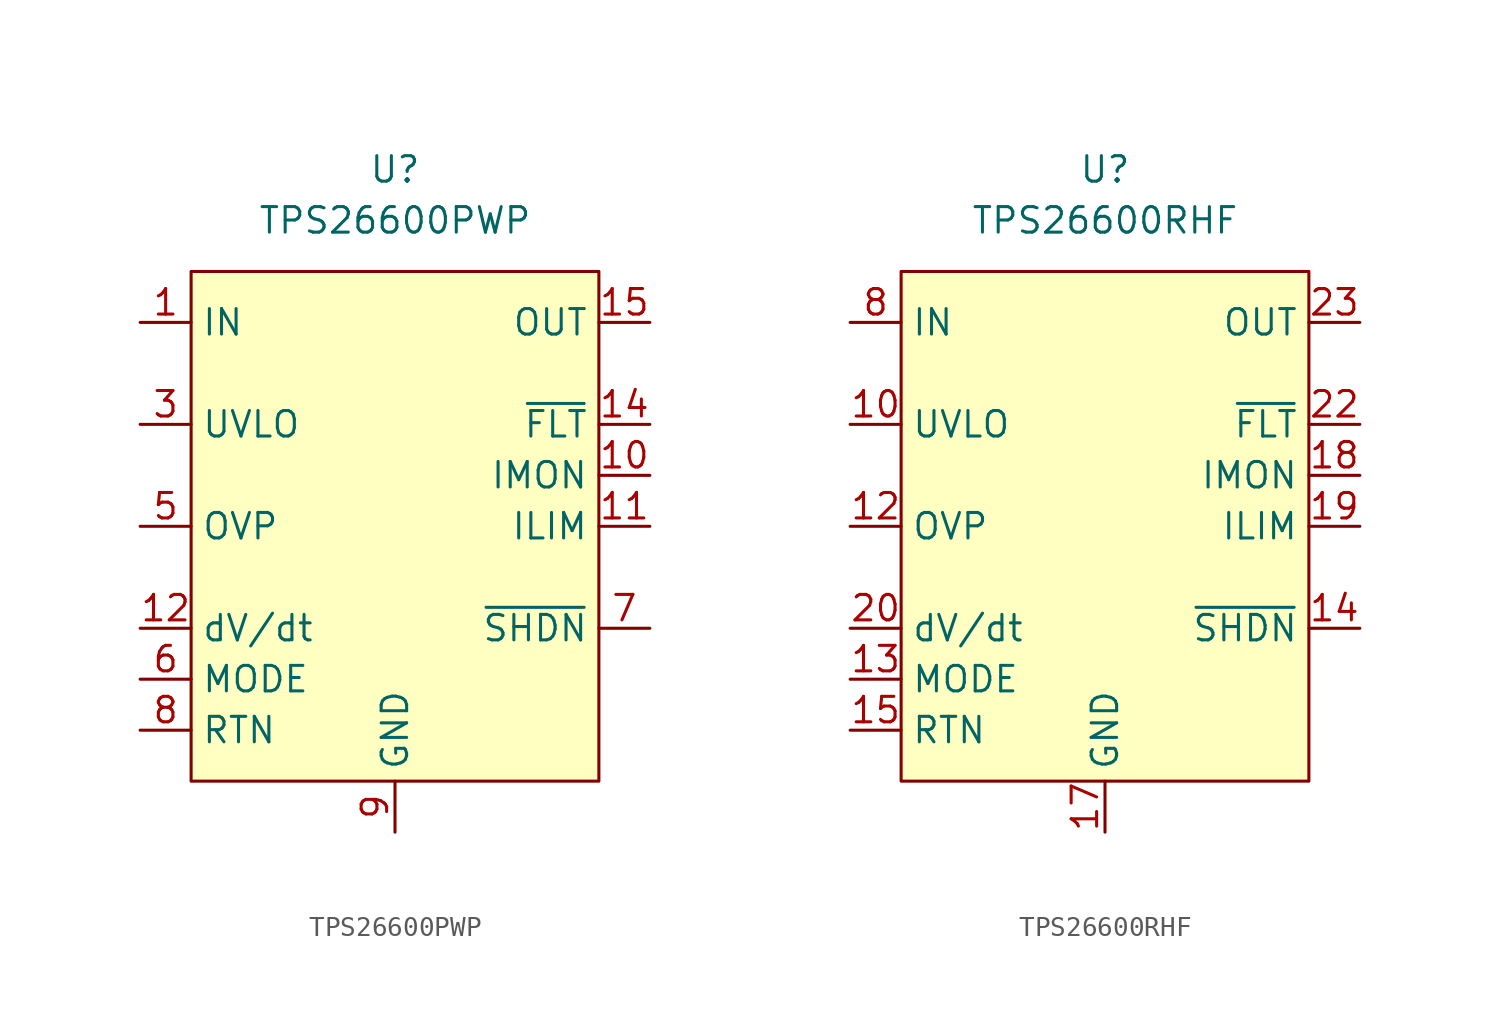
<source format=kicad_sym>
(kicad_symbol_lib
  (version 20220914)
  (generator kicad_symbol_editor)
  (symbol "TPS26600PWP"
    (property "Reference" "U"
      (at 0 17.78 0)
      (effects (font (size 1.27 1.27))))
    (property "Value" "TPS26600PWP"
      (at 0 15.24 0)
      (effects (font (size 1.27 1.27))))
    (symbol "TPS26600PWP_0_0"
      (pin power_in line (at -12.7 10.16 0) (length 2.54) (name "IN" (effects (font (size 1.27 1.27)))) (number "1" (effects (font (size 1.27 1.27)))))
      (pin passive line (at 12.7 2.54 180) (length 2.54) (name "IMON" (effects (font (size 1.27 1.27)))) (number "10" (effects (font (size 1.27 1.27)))))
      (pin passive line (at 12.7 0 180) (length 2.54) (name "ILIM" (effects (font (size 1.27 1.27)))) (number "11" (effects (font (size 1.27 1.27)))))
      (pin passive line (at -12.7 -5.08 0) (length 2.54) (name "dV/dt" (effects (font (size 1.27 1.27)))) (number "12" (effects (font (size 1.27 1.27)))))
      (pin no_connect line (at 5.08 -12.7 90) (length 2.54) hide (name "NC" (effects (font (size 1.27 1.27)))) (number "13" (effects (font (size 1.27 1.27)))))
      (pin open_collector line (at 12.7 5.08 180) (length 2.54) (name "~{FLT}" (effects (font (size 1.27 1.27)))) (number "14" (effects (font (size 1.27 1.27)))))
      (pin power_out line (at 12.7 10.16 180) (length 2.54) (name "OUT" (effects (font (size 1.27 1.27)))) (number "15" (effects (font (size 1.27 1.27)))))
      (pin input line (at -12.7 5.08 0) (length 2.54) (name "UVLO" (effects (font (size 1.27 1.27)))) (number "3" (effects (font (size 1.27 1.27)))))
      (pin no_connect line (at 2.54 -12.7 90) (length 2.54) hide (name "NC" (effects (font (size 1.27 1.27)))) (number "4" (effects (font (size 1.27 1.27)))))
      (pin input line (at -12.7 0 0) (length 2.54) (name "OVP" (effects (font (size 1.27 1.27)))) (number "5" (effects (font (size 1.27 1.27)))))
      (pin input line (at -12.7 -7.62 0) (length 2.54) (name "MODE" (effects (font (size 1.27 1.27)))) (number "6" (effects (font (size 1.27 1.27)))))
      (pin input line (at 12.7 -5.08 180) (length 2.54) (name "~{SHDN}" (effects (font (size 1.27 1.27)))) (number "7" (effects (font (size 1.27 1.27)))))
      (pin power_in line (at 0 -15.24 90) (length 2.54) (name "GND" (effects (font (size 1.27 1.27)))) (number "9" (effects (font (size 1.27 1.27))))))
    (symbol "TPS26600PWP_1_0"
      (pin passive line (at 12.7 10.16 180) (length 2.54) hide (name "OUT" (effects (font (size 1.27 1.27)))) (number "16" (effects (font (size 1.27 1.27)))))
      (pin passive line (at -12.7 -10.16 0) (length 2.54) hide (name "EP" (effects (font (size 1.27 1.27)))) (number "17" (effects (font (size 1.27 1.27)))))
      (pin passive line (at -12.7 10.16 0) (length 2.54) hide (name "IN" (effects (font (size 1.27 1.27)))) (number "2" (effects (font (size 1.27 1.27)))))
      (pin power_in line (at -12.7 -10.16 0) (length 2.54) (name "RTN" (effects (font (size 1.27 1.27)))) (number "8" (effects (font (size 1.27 1.27))))))
    (symbol "TPS26600PWP_1_1"
      (rectangle (start -10.16 12.7) (end 10.16 -12.7) (stroke (width 0) (type default)) (fill (type background)))))
  (symbol "TPS26600RHF"
    (property "Reference" "U"
      (at 0 17.78 0)
      (effects (font (size 1.27 1.27))))
    (property "Value" "TPS26600RHF"
      (at 0 15.24 0)
      (effects (font (size 1.27 1.27))))
    (symbol "TPS26600RHF_0_0"
      (pin no_connect line (at -10.16 2.54 0) (length 2.54) hide (name "NC" (effects (font (size 1.27 1.27)))) (number "1" (effects (font (size 1.27 1.27)))))
      (pin input line (at -12.7 5.08 0) (length 2.54) (name "UVLO" (effects (font (size 1.27 1.27)))) (number "10" (effects (font (size 1.27 1.27)))))
      (pin no_connect line (at 10.16 -7.62 180) (length 2.54) hide (name "NC" (effects (font (size 1.27 1.27)))) (number "11" (effects (font (size 1.27 1.27)))))
      (pin input line (at -12.7 0 0) (length 2.54) (name "OVP" (effects (font (size 1.27 1.27)))) (number "12" (effects (font (size 1.27 1.27)))))
      (pin input line (at -12.7 -7.62 0) (length 2.54) (name "MODE" (effects (font (size 1.27 1.27)))) (number "13" (effects (font (size 1.27 1.27)))))
      (pin input line (at 12.7 -5.08 180) (length 2.54) (name "~{SHDN}" (effects (font (size 1.27 1.27)))) (number "14" (effects (font (size 1.27 1.27)))))
      (pin no_connect line (at 10.16 -10.16 180) (length 2.54) hide (name "NC" (effects (font (size 1.27 1.27)))) (number "16" (effects (font (size 1.27 1.27)))))
      (pin power_in line (at 0 -15.24 90) (length 2.54) (name "GND" (effects (font (size 1.27 1.27)))) (number "17" (effects (font (size 1.27 1.27)))))
      (pin passive line (at 12.7 2.54 180) (length 2.54) (name "IMON" (effects (font (size 1.27 1.27)))) (number "18" (effects (font (size 1.27 1.27)))))
      (pin passive line (at 12.7 0 180) (length 2.54) (name "ILIM" (effects (font (size 1.27 1.27)))) (number "19" (effects (font (size 1.27 1.27)))))
      (pin no_connect line (at -10.16 0 0) (length 2.54) hide (name "NC" (effects (font (size 1.27 1.27)))) (number "2" (effects (font (size 1.27 1.27)))))
      (pin passive line (at -12.7 -5.08 0) (length 2.54) (name "dV/dt" (effects (font (size 1.27 1.27)))) (number "20" (effects (font (size 1.27 1.27)))))
      (pin no_connect line (at 10.16 -12.7 180) (length 2.54) hide (name "NC" (effects (font (size 1.27 1.27)))) (number "21" (effects (font (size 1.27 1.27)))))
      (pin open_collector line (at 12.7 5.08 180) (length 2.54) (name "~{FLT}" (effects (font (size 1.27 1.27)))) (number "22" (effects (font (size 1.27 1.27)))))
      (pin power_in line (at 12.7 10.16 180) (length 2.54) (name "OUT" (effects (font (size 1.27 1.27)))) (number "23" (effects (font (size 1.27 1.27)))))
      (pin passive line (at 12.7 10.16 180) (length 2.54) hide (name "OUT" (effects (font (size 1.27 1.27)))) (number "24" (effects (font (size 1.27 1.27)))))
      (pin no_connect line (at -10.16 -2.54 0) (length 2.54) hide (name "NC" (effects (font (size 1.27 1.27)))) (number "3" (effects (font (size 1.27 1.27)))))
      (pin no_connect line (at -10.16 -5.08 0) (length 2.54) hide (name "NC" (effects (font (size 1.27 1.27)))) (number "4" (effects (font (size 1.27 1.27)))))
      (pin no_connect line (at -10.16 -7.62 0) (length 2.54) hide (name "NC" (effects (font (size 1.27 1.27)))) (number "5" (effects (font (size 1.27 1.27)))))
      (pin no_connect line (at -10.16 -10.16 0) (length 2.54) hide (name "NC" (effects (font (size 1.27 1.27)))) (number "6" (effects (font (size 1.27 1.27)))))
      (pin no_connect line (at -10.16 -12.7 0) (length 2.54) hide (name "NC" (effects (font (size 1.27 1.27)))) (number "7" (effects (font (size 1.27 1.27)))))
      (pin power_in line (at -12.7 10.16 0) (length 2.54) (name "IN" (effects (font (size 1.27 1.27)))) (number "8" (effects (font (size 1.27 1.27)))))
      (pin passive line (at -12.7 10.16 0) (length 2.54) hide (name "IN" (effects (font (size 1.27 1.27)))) (number "9" (effects (font (size 1.27 1.27))))))
    (symbol "TPS26600RHF_1_0"
      (pin power_in line (at -12.7 -10.16 0) (length 2.54) (name "RTN" (effects (font (size 1.27 1.27)))) (number "15" (effects (font (size 1.27 1.27))))))
    (symbol "TPS26600RHF_1_1"
      (rectangle (start -10.16 12.7) (end 10.16 -12.7) (stroke (width 0) (type default)) (fill (type background))))))
</source>
